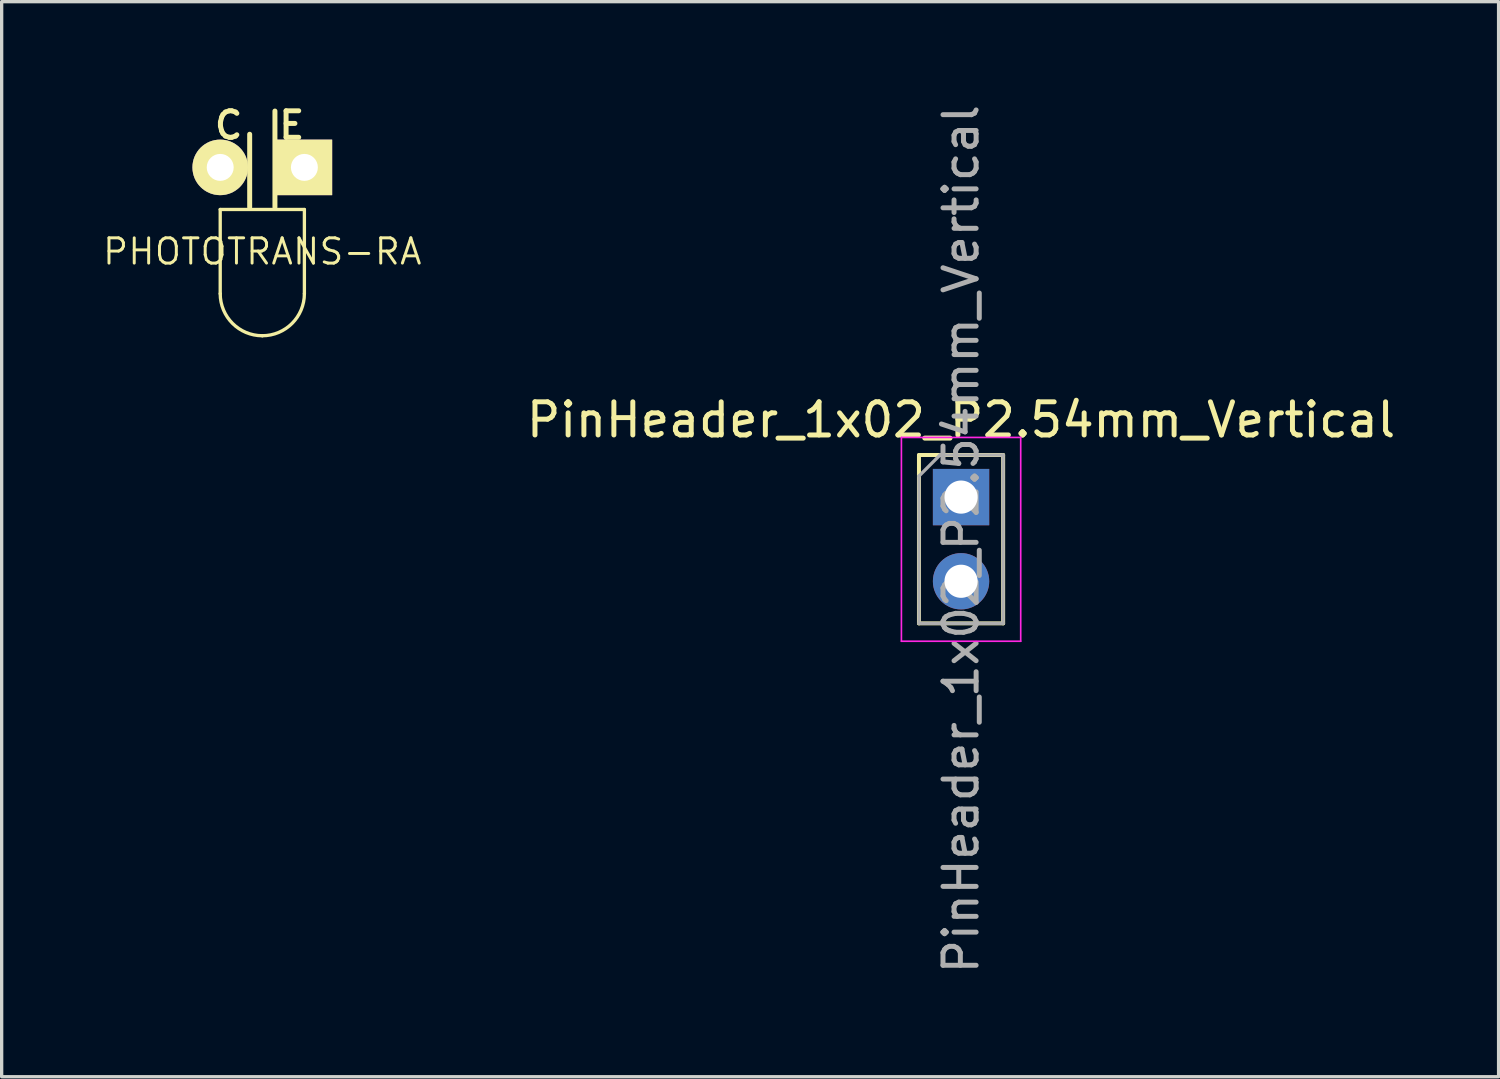
<source format=kicad_pcb>
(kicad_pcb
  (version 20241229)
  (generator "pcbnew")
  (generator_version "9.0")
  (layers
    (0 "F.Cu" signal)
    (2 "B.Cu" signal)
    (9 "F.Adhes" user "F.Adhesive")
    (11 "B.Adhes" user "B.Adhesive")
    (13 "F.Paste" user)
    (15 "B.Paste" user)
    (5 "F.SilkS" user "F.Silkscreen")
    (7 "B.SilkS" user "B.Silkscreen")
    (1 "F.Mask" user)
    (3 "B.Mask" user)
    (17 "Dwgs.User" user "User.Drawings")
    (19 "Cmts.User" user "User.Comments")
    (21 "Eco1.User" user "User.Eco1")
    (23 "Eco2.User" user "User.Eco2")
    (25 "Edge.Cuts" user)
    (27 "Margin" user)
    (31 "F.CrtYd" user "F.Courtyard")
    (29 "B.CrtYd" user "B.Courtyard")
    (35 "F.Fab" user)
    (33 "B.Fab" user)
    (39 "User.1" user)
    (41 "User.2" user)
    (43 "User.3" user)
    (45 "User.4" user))
  (footprint "PHOTOTRANS-RA"
    (layer "F.Cu")
    (at 4.865 2.001)
    (property "Reference" "PHOTOTRANS-RA" (at 0 2.54 180) (layer "F.SilkS") (effects (font (size 0.762 0.762) (thickness 0.089))))
    (attr through_hole)
    (fp_line (start -1.27 1.27) (end -1.27 3.81) (stroke (width 0.1) (type solid)) (layer "F.SilkS"))
    (fp_line (start -0.381 1.2) (end -0.381 -1) (stroke (width 0.15) (type solid)) (layer "F.SilkS"))
    (fp_line (start 0.381 1.2) (end 0.381 -1.7) (stroke (width 0.15) (type solid)) (layer "F.SilkS"))
    (fp_line (start 1.27 1.27) (end -1.27 1.27) (stroke (width 0.1) (type solid)) (layer "F.SilkS"))
    (fp_line (start 1.27 3.81) (end 1.27 1.27) (stroke (width 0.1) (type solid)) (layer "F.SilkS"))
    (fp_arc (start 0 5.08) (mid -0.898026 4.708026) (end -1.27 3.81) (stroke (width 0.1) (type solid)) (layer "F.SilkS"))
    (fp_arc (start 1.27 3.81) (mid 0.898026 4.708026) (end 0 5.08) (stroke (width 0.1) (type solid)) (layer "F.SilkS"))
    (fp_text user "C" (at -1.016 -1.27 0) (layer "F.SilkS") (effects (font (size 0.8 0.8) (thickness 0.15))))
    (fp_text user "E" (at 0.889 -1.27 0) (layer "F.SilkS") (effects (font (size 0.8 0.8) (thickness 0.15))))
    (pad "1" thru_hole rect (at 1.27 0) (size 1.676 1.676) (drill 0.813) (layers "*.Cu" "*.Mask" "F.SilkS"))
    (pad "3" thru_hole circle (at -1.27 0) (size 1.676 1.676) (drill 0.813) (layers "*.Cu" "*.Mask" "F.SilkS")))
  (footprint "PinHeader_1x02_P2.54mm_Vertical"
    (layer "F.Cu")
    (at 25.95 11.95)
    (property "Reference" "PinHeader_1x02_P2.54mm_Vertical" (at 0 -2.33 0) (layer "F.SilkS") (effects (font (size 1 1) (thickness 0.15))))
    (attr through_hole)
    (fp_line (start -1.27 -1.27) (end 1.27 -1.27) (stroke (width 0.12) (type solid)) (layer "F.SilkS"))
    (fp_line (start -1.27 3.81) (end -1.27 -1.27) (stroke (width 0.12) (type solid)) (layer "F.SilkS"))
    (fp_line (start 1.27 -1.27) (end 1.27 3.81) (stroke (width 0.12) (type solid)) (layer "F.SilkS"))
    (fp_line (start 1.27 3.81) (end -1.27 3.81) (stroke (width 0.12) (type solid)) (layer "F.SilkS"))
    (fp_line (start -1.8 -1.8) (end -1.8 4.35) (stroke (width 0.05) (type solid)) (layer "F.CrtYd"))
    (fp_line (start -1.8 4.35) (end 1.8 4.35) (stroke (width 0.05) (type solid)) (layer "F.CrtYd"))
    (fp_line (start 1.8 -1.8) (end -1.8 -1.8) (stroke (width 0.05) (type solid)) (layer "F.CrtYd"))
    (fp_line (start 1.8 4.35) (end 1.8 -1.8) (stroke (width 0.05) (type solid)) (layer "F.CrtYd"))
    (fp_line (start -1.27 -0.635) (end -0.635 -1.27) (stroke (width 0.1) (type solid)) (layer "F.Fab"))
    (fp_line (start -1.27 3.81) (end -1.27 -0.635) (stroke (width 0.1) (type solid)) (layer "F.Fab"))
    (fp_line (start -0.635 -1.27) (end 1.27 -1.27) (stroke (width 0.1) (type solid)) (layer "F.Fab"))
    (fp_line (start 1.27 -1.27) (end 1.27 3.81) (stroke (width 0.1) (type solid)) (layer "F.Fab"))
    (fp_line (start 1.27 3.81) (end -1.27 3.81) (stroke (width 0.1) (type solid)) (layer "F.Fab"))
    (fp_text user "${REFERENCE}" (at 0 1.27 90) (layer "F.Fab") (effects (font (size 1 1) (thickness 0.15))))
    (pad "1" thru_hole rect (at 0 0) (size 1.7 1.7) (drill 1) (layers "*.Cu" "*.Mask"))
    (pad "2" thru_hole oval (at 0 2.54) (size 1.7 1.7) (drill 1) (layers "*.Cu" "*.Mask")))
  (gr_rect
    (start -3 -3)
    (end 42.17 29.44)
    (stroke (width 0.1) (type default))
    (fill no)
    (layer "Edge.Cuts")))
</source>
